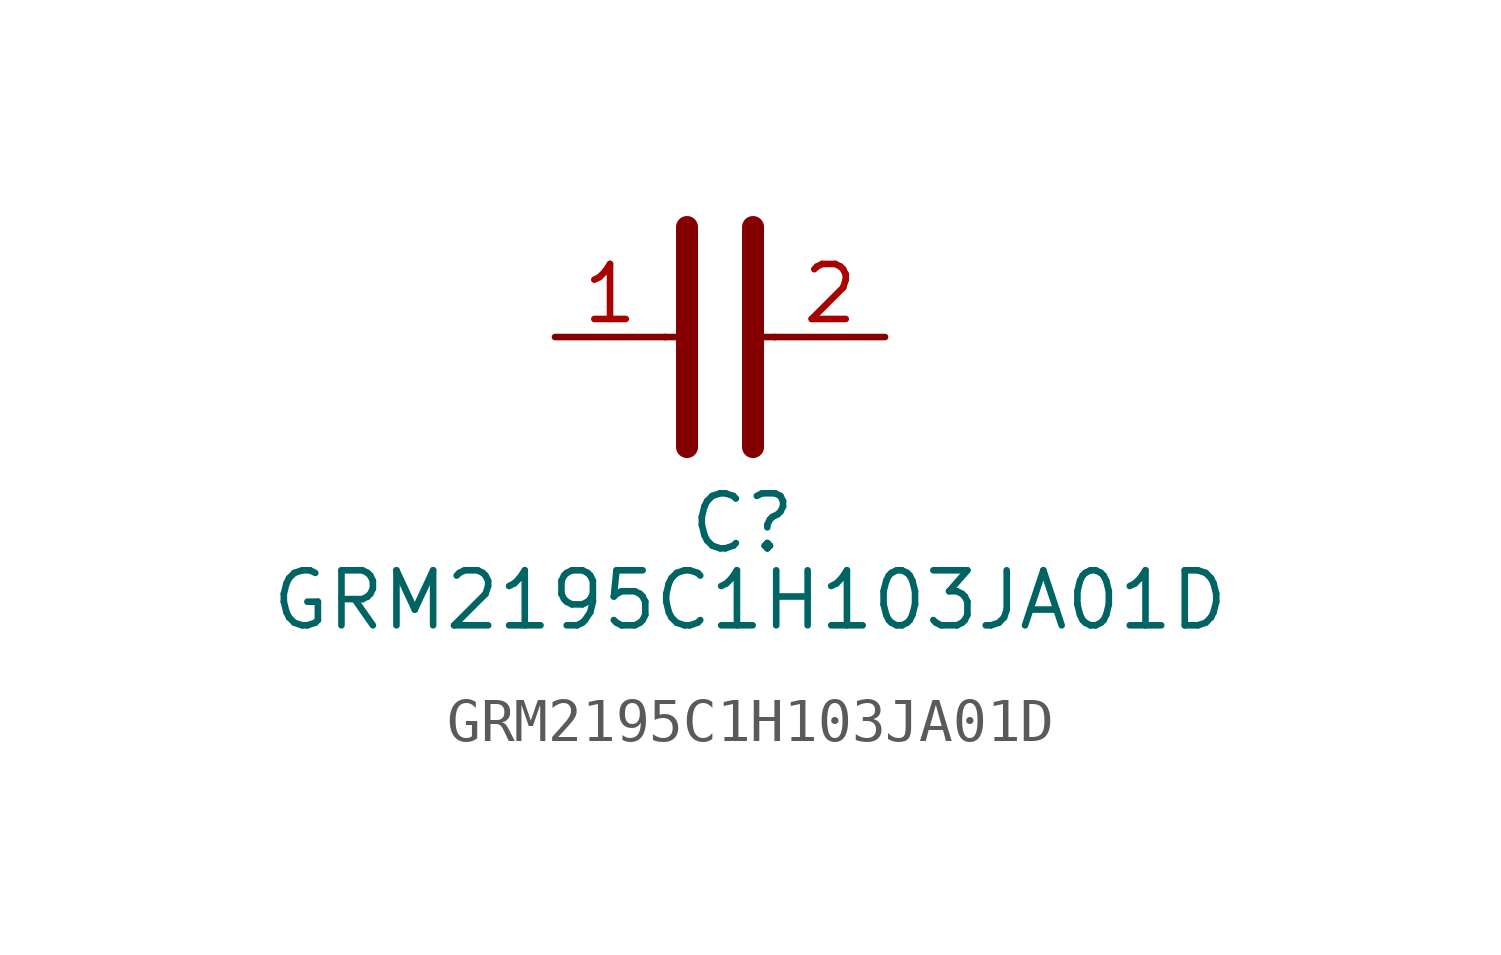
<source format=kicad_sym>
(kicad_symbol_lib
  (version 20231120)
  (generator "kicad_symbol_editor")
  (generator_version "8.0")
  (symbol "GRM2195C1H103JA01D"
    (pin_names hide)
    (property "Reference" "C"
      (at 5.588 -3.556 0)
      (effects (font (size 1.27 1.27)) (justify left top)))
    (property "Value" "GRM2195C1H103JA01D"
      (at -4.064 -5.334 0)
      (effects (font (size 1.27 1.27)) (justify left top)))
    (symbol "GRM2195C1H103JA01D_1_1"
      (polyline (pts (xy 5.08 0) (xy 5.588 0)) (stroke (width 0.152) (type default)) (fill (type none)))
      (polyline (pts (xy 5.588 2.54) (xy 5.588 -2.54)) (stroke (width 0.508) (type default)) (fill (type none)))
      (polyline (pts (xy 7.112 0) (xy 7.62 0)) (stroke (width 0.152) (type default)) (fill (type none)))
      (polyline (pts (xy 7.112 2.54) (xy 7.112 -2.54)) (stroke (width 0.508) (type default)) (fill (type none)))
      (pin passive line (at 2.54 0 0) (length 2.54) (name "1" (effects (font (size 1.27 1.27)))) (number "1" (effects (font (size 1.27 1.27)))))
      (pin passive line (at 10.16 0 180) (length 2.54) (name "2" (effects (font (size 1.27 1.27)))) (number "2" (effects (font (size 1.27 1.27))))))))
</source>
